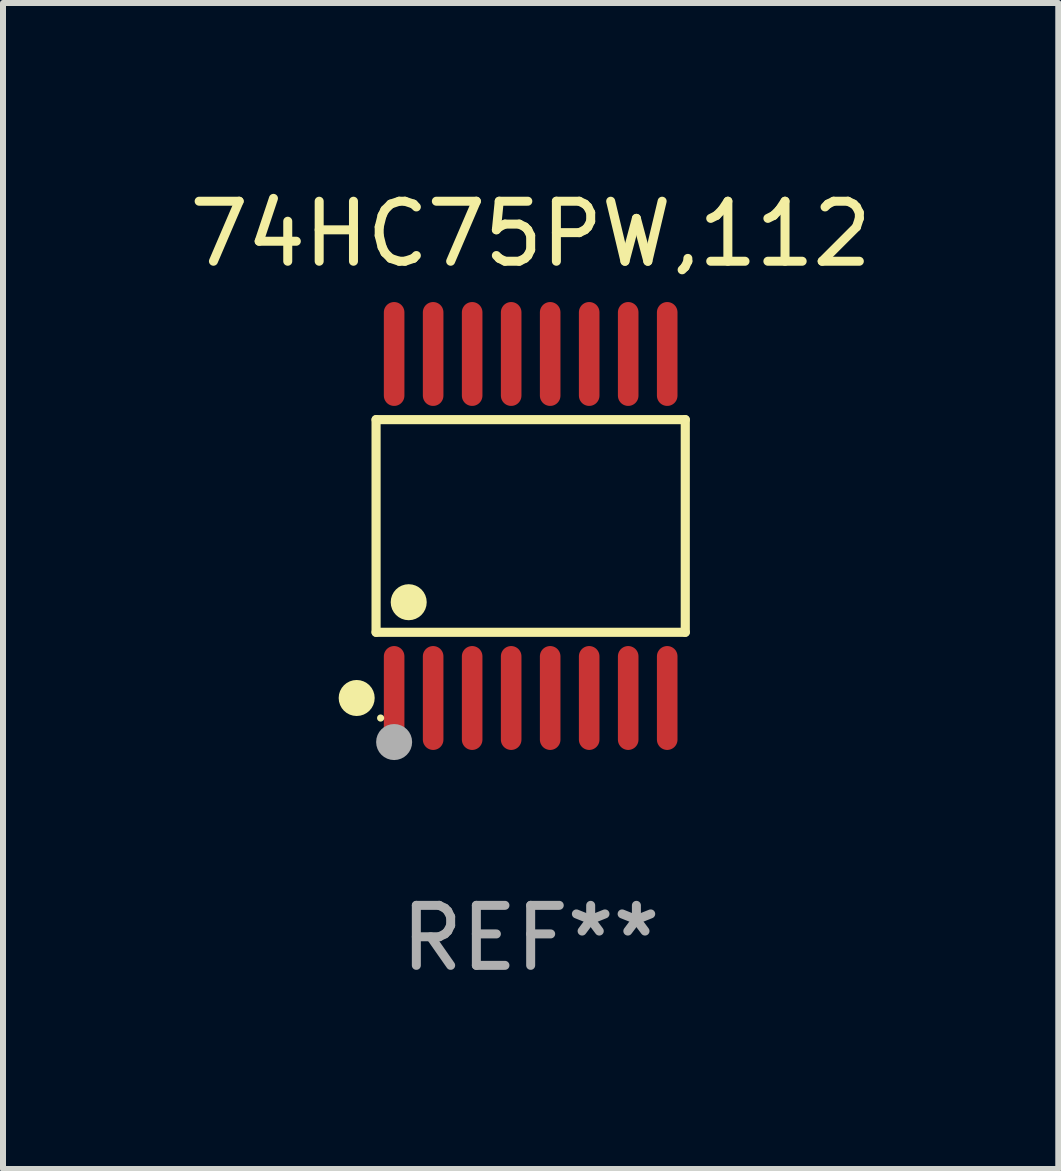
<source format=kicad_pcb>
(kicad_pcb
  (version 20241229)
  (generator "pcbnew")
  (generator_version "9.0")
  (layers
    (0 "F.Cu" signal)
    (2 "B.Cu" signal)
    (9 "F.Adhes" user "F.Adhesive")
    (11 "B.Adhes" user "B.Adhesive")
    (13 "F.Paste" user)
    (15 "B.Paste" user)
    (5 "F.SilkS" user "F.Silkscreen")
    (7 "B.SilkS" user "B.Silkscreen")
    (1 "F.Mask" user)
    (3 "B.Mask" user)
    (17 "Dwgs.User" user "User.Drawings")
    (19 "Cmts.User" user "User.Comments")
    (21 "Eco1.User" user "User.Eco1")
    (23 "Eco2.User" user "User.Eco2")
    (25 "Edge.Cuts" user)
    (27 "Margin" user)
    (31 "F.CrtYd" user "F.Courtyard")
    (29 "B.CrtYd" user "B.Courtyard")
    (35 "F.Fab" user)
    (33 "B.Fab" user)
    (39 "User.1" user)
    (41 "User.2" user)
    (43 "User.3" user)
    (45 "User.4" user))
  (footprint "74HC75PW,112"
    (layer "F.Cu")
    (at 5.792 5.714)
    (property "Reference" "74HC75PW,112" (at 0 -4.866 0) (layer "F.SilkS") (effects (font (size 1 1) (thickness 0.15))))
    (attr through_hole)
    (fp_line (start -2.576 -1.772) (end 2.576 -1.772) (stroke (width 0.152) (type solid)) (layer "F.SilkS"))
    (fp_line (start -2.576 1.771) (end -2.576 -1.772) (stroke (width 0.152) (type solid)) (layer "F.SilkS"))
    (fp_line (start 2.576 -1.772) (end 2.576 1.771) (stroke (width 0.152) (type solid)) (layer "F.SilkS"))
    (fp_line (start 2.576 1.771) (end -2.576 1.771) (stroke (width 0.152) (type solid)) (layer "F.SilkS"))
    (fp_circle (center -2.899 2.866) (end -2.749 2.866) (stroke (width 0.3) (type solid)) (fill no) (layer "F.SilkS"))
    (fp_circle (center -2.5 3.2) (end -2.47 3.2) (stroke (width 0.06) (type solid)) (fill no) (layer "F.SilkS"))
    (fp_circle (center -2.032 1.27) (end -1.882 1.27) (stroke (width 0.3) (type solid)) (fill no) (layer "F.SilkS"))
    (fp_circle (center -2.275 3.6) (end -2.125 3.6) (stroke (width 0.3) (type solid)) (fill no) (layer "F.Fab"))
    (fp_text user "REF**" (at 0 6.866 0) (layer "F.Fab") (effects (font (size 1 1) (thickness 0.15))))
    (pad "1" smd oval (at -2.275 2.866) (size 0.343 1.731) (layers "F.Cu" "F.Mask" "F.Paste"))
    (pad "2" smd oval (at -1.625 2.866) (size 0.343 1.731) (layers "F.Cu" "F.Mask" "F.Paste"))
    (pad "3" smd oval (at -0.975 2.866) (size 0.343 1.731) (layers "F.Cu" "F.Mask" "F.Paste"))
    (pad "4" smd oval (at -0.325 2.866) (size 0.343 1.731) (layers "F.Cu" "F.Mask" "F.Paste"))
    (pad "5" smd oval (at 0.325 2.866) (size 0.343 1.731) (layers "F.Cu" "F.Mask" "F.Paste"))
    (pad "6" smd oval (at 0.975 2.866) (size 0.343 1.731) (layers "F.Cu" "F.Mask" "F.Paste"))
    (pad "7" smd oval (at 1.625 2.866) (size 0.343 1.731) (layers "F.Cu" "F.Mask" "F.Paste"))
    (pad "8" smd oval (at 2.275 2.866) (size 0.343 1.731) (layers "F.Cu" "F.Mask" "F.Paste"))
    (pad "9" smd oval (at 2.275 -2.866) (size 0.343 1.731) (layers "F.Cu" "F.Mask" "F.Paste"))
    (pad "10" smd oval (at 1.625 -2.866) (size 0.343 1.731) (layers "F.Cu" "F.Mask" "F.Paste"))
    (pad "11" smd oval (at 0.975 -2.866) (size 0.343 1.731) (layers "F.Cu" "F.Mask" "F.Paste"))
    (pad "12" smd oval (at 0.325 -2.866) (size 0.343 1.731) (layers "F.Cu" "F.Mask" "F.Paste"))
    (pad "13" smd oval (at -0.325 -2.866) (size 0.343 1.731) (layers "F.Cu" "F.Mask" "F.Paste"))
    (pad "14" smd oval (at -0.975 -2.866) (size 0.343 1.731) (layers "F.Cu" "F.Mask" "F.Paste"))
    (pad "15" smd oval (at -1.625 -2.866) (size 0.343 1.731) (layers "F.Cu" "F.Mask" "F.Paste"))
    (pad "16" smd oval (at -2.275 -2.866) (size 0.343 1.731) (layers "F.Cu" "F.Mask" "F.Paste")))
  (gr_rect
    (start -3 -3)
    (end 14.583 16.428)
    (stroke (width 0.1) (type default))
    (fill no)
    (layer "Edge.Cuts")))
</source>
